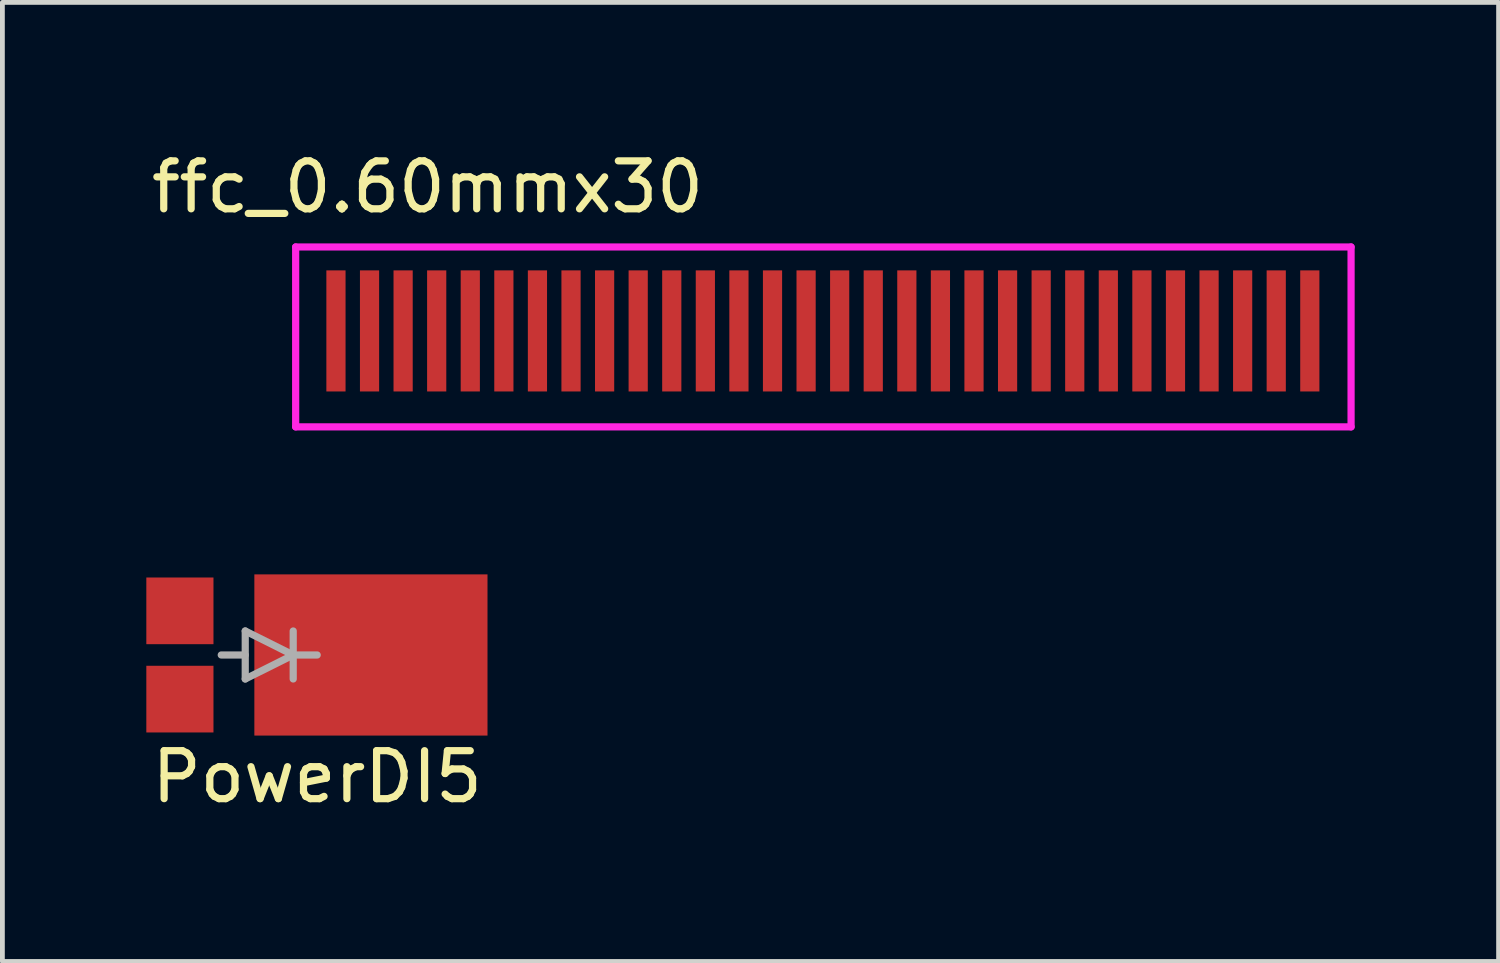
<source format=kicad_pcb>
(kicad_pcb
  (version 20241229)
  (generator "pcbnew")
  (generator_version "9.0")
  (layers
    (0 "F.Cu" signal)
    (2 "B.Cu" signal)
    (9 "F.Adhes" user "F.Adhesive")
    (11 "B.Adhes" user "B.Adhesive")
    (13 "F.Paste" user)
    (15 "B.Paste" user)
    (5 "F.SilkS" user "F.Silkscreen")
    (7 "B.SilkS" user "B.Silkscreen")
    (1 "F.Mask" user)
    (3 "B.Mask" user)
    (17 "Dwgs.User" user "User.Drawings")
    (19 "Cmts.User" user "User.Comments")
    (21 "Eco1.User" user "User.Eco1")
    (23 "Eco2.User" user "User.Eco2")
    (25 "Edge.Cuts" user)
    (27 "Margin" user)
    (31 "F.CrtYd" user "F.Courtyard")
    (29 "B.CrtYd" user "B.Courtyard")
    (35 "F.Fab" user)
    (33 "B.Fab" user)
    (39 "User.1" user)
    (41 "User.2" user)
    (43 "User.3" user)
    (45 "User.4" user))
  (footprint "ffc_0.60mmx30"
    (layer "F.Cu")
    (at 14.113 3.848)
    (property "Reference" "ffc_0.60mmx30" (at -8.25 -3 0) (layer "F.SilkS") (effects (font (size 1 1) (thickness 0.15))))
    (attr through_hole)
    (fp_line (start -11 -1.75) (end -11 2) (stroke (width 0.15) (type solid)) (layer "F.CrtYd"))
    (fp_line (start -11 2) (end 11 2) (stroke (width 0.15) (type solid)) (layer "F.CrtYd"))
    (fp_line (start 11 -1.75) (end -11 -1.75) (stroke (width 0.15) (type solid)) (layer "F.CrtYd"))
    (fp_line (start 11 2) (end 11 -1.75) (stroke (width 0.15) (type solid)) (layer "F.CrtYd"))
    (pad "1" smd rect (at -10.16 0) (size 0.4 2.524) (layers "F.Cu" "F.Mask" "F.Paste"))
    (pad "2" smd rect (at -9.46 0) (size 0.4 2.524) (layers "F.Cu" "F.Mask" "F.Paste"))
    (pad "3" smd rect (at -8.76 0) (size 0.4 2.524) (layers "F.Cu" "F.Mask" "F.Paste"))
    (pad "4" smd rect (at -8.06 0) (size 0.4 2.524) (layers "F.Cu" "F.Mask" "F.Paste"))
    (pad "5" smd rect (at -7.36 0) (size 0.4 2.524) (layers "F.Cu" "F.Mask" "F.Paste"))
    (pad "6" smd rect (at -6.66 0) (size 0.4 2.524) (layers "F.Cu" "F.Mask" "F.Paste"))
    (pad "7" smd rect (at -5.96 0) (size 0.4 2.524) (layers "F.Cu" "F.Mask" "F.Paste"))
    (pad "8" smd rect (at -5.26 0) (size 0.4 2.524) (layers "F.Cu" "F.Mask" "F.Paste"))
    (pad "9" smd rect (at -4.56 0) (size 0.4 2.524) (layers "F.Cu" "F.Mask" "F.Paste"))
    (pad "10" smd rect (at -3.86 0) (size 0.4 2.524) (layers "F.Cu" "F.Mask" "F.Paste"))
    (pad "11" smd rect (at -3.16 0) (size 0.4 2.524) (layers "F.Cu" "F.Mask" "F.Paste"))
    (pad "12" smd rect (at -2.46 0) (size 0.4 2.524) (layers "F.Cu" "F.Mask" "F.Paste"))
    (pad "13" smd rect (at -1.76 0) (size 0.4 2.524) (layers "F.Cu" "F.Mask" "F.Paste"))
    (pad "14" smd rect (at -1.06 0) (size 0.4 2.524) (layers "F.Cu" "F.Mask" "F.Paste"))
    (pad "15" smd rect (at -0.36 0) (size 0.4 2.524) (layers "F.Cu" "F.Mask" "F.Paste"))
    (pad "16" smd rect (at 0.34 0) (size 0.4 2.524) (layers "F.Cu" "F.Mask" "F.Paste"))
    (pad "17" smd rect (at 1.04 0) (size 0.4 2.524) (layers "F.Cu" "F.Mask" "F.Paste"))
    (pad "18" smd rect (at 1.74 0) (size 0.4 2.524) (layers "F.Cu" "F.Mask" "F.Paste"))
    (pad "19" smd rect (at 2.44 0) (size 0.4 2.524) (layers "F.Cu" "F.Mask" "F.Paste"))
    (pad "20" smd rect (at 3.14 0) (size 0.4 2.524) (layers "F.Cu" "F.Mask" "F.Paste"))
    (pad "21" smd rect (at 3.84 0) (size 0.4 2.524) (layers "F.Cu" "F.Mask" "F.Paste"))
    (pad "22" smd rect (at 4.54 0) (size 0.4 2.524) (layers "F.Cu" "F.Mask" "F.Paste"))
    (pad "23" smd rect (at 5.24 0) (size 0.4 2.524) (layers "F.Cu" "F.Mask" "F.Paste"))
    (pad "24" smd rect (at 5.94 0) (size 0.4 2.524) (layers "F.Cu" "F.Mask" "F.Paste"))
    (pad "25" smd rect (at 6.64 0) (size 0.4 2.524) (layers "F.Cu" "F.Mask" "F.Paste"))
    (pad "26" smd rect (at 7.34 0) (size 0.4 2.524) (layers "F.Cu" "F.Mask" "F.Paste"))
    (pad "27" smd rect (at 8.04 0) (size 0.4 2.524) (layers "F.Cu" "F.Mask" "F.Paste"))
    (pad "28" smd rect (at 8.74 0) (size 0.4 2.524) (layers "F.Cu" "F.Mask" "F.Paste"))
    (pad "29" smd rect (at 9.44 0) (size 0.4 2.524) (layers "F.Cu" "F.Mask" "F.Paste"))
    (pad "30" smd rect (at 10.14 0) (size 0.4 2.524) (layers "F.Cu" "F.Mask" "F.Paste")))
  (footprint "PowerDI5"
    (layer "F.Cu")
    (at 3.562 10.603)
    (property "Reference" "PowerDI5" (at 0 2.54 0) (layer "F.SilkS") (effects (font (size 1 1) (thickness 0.15))))
    (attr through_hole)
    (fp_line (start -1.5 -0.5) (end -1.5 0.5) (stroke (width 0.15) (type solid)) (layer "F.Fab"))
    (fp_line (start -1.5 0) (end -2 0) (stroke (width 0.15) (type solid)) (layer "F.Fab"))
    (fp_line (start -1.5 0.5) (end -0.5 0) (stroke (width 0.15) (type solid)) (layer "F.Fab"))
    (fp_line (start -0.5 -0.5) (end -0.5 0.5) (stroke (width 0.15) (type solid)) (layer "F.Fab"))
    (fp_line (start -0.5 0) (end -1.5 -0.5) (stroke (width 0.15) (type solid)) (layer "F.Fab"))
    (fp_line (start -0.5 0) (end 0 0) (stroke (width 0.15) (type solid)) (layer "F.Fab"))
    (pad "1" smd rect (at 0 0) (size 4.86 3.36) (drill (offset 1.12 0)) (layers "F.Cu" "F.Mask" "F.Paste"))
    (pad "2" smd rect (at -2.862 -0.92) (size 1.4 1.39) (layers "F.Cu" "F.Mask" "F.Paste"))
    (pad "2" smd rect (at -2.862 0.92) (size 1.4 1.39) (layers "F.Cu" "F.Mask" "F.Paste")))
  (gr_rect
    (start -3 -3)
    (end 28.188 16.991)
    (stroke (width 0.1) (type default))
    (fill no)
    (layer "Edge.Cuts")))
</source>
